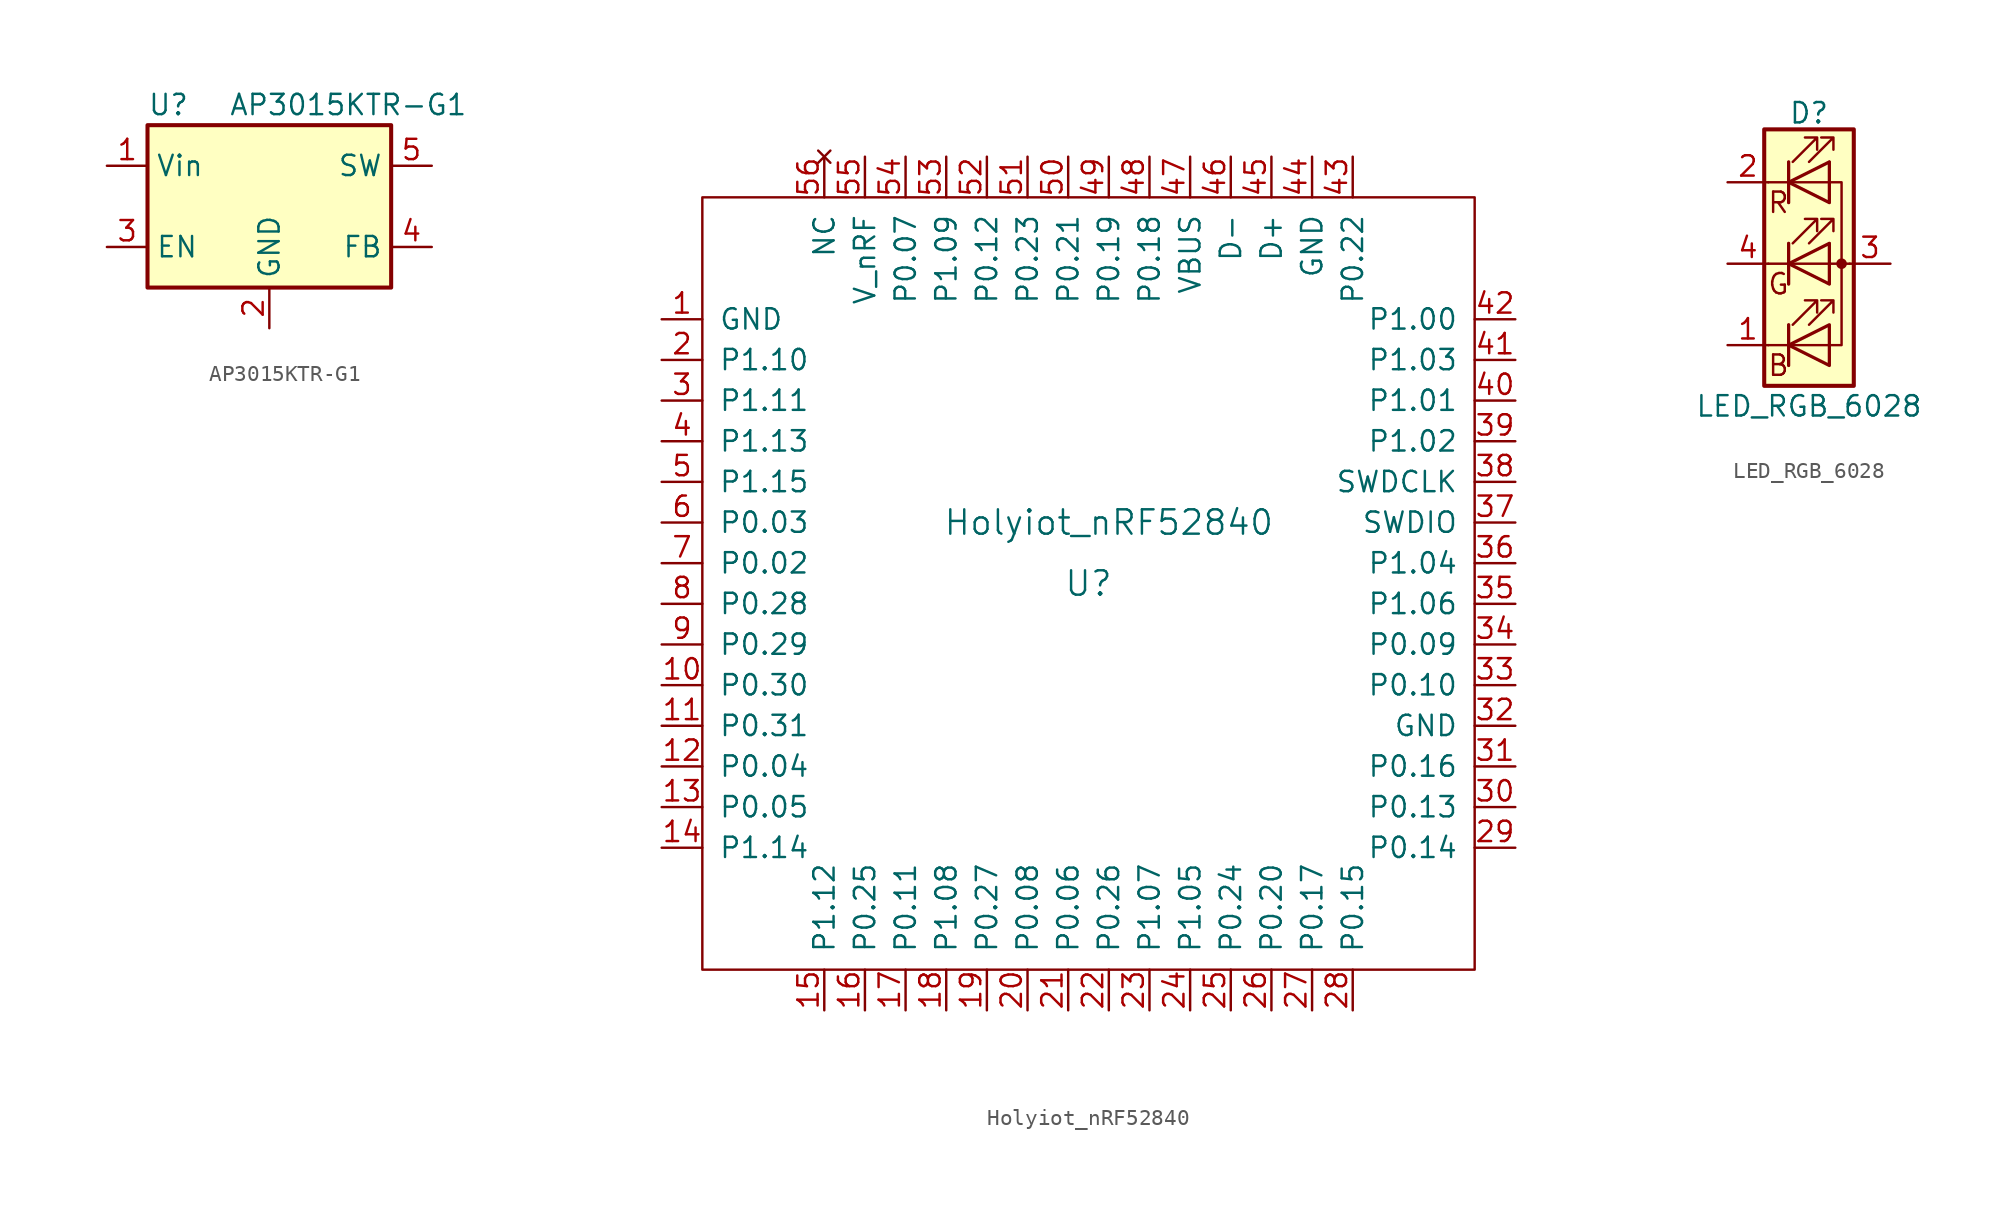
<source format=kicad_sym>
(kicad_symbol_lib
  (version 20220914)
  (generator kicad_symbol_editor)
  (symbol "AP3015KTR-G1"
    (property "Reference" "U"
      (at -7.62 6.35 0)
      (effects (font (size 1.27 1.27)) (justify left)))
    (property "Value" "AP3015KTR-G1"
      (at -2.54 6.35 0)
      (effects (font (size 1.27 1.27)) (justify left)))
    (symbol "AP3015KTR-G1_0_1"
      (rectangle (start -7.62 5.08) (end 7.62 -5.08) (stroke (width 0.254) (type solid)) (fill (type background))))
    (symbol "AP3015KTR-G1_1_1"
      (pin power_in line (at -10.16 2.54 0) (length 2.54) (name "Vin" (effects (font (size 1.27 1.27)))) (number "1" (effects (font (size 1.27 1.27)))))
      (pin power_in line (at 0 -7.62 90) (length 2.54) (name "GND" (effects (font (size 1.27 1.27)))) (number "2" (effects (font (size 1.27 1.27)))))
      (pin input line (at -10.16 -2.54 0) (length 2.54) (name "EN" (effects (font (size 1.27 1.27)))) (number "3" (effects (font (size 1.27 1.27)))))
      (pin input line (at 10.16 -2.54 180) (length 2.54) (name "FB" (effects (font (size 1.27 1.27)))) (number "4" (effects (font (size 1.27 1.27)))))
      (pin output line (at 10.16 2.54 180) (length 2.54) (name "SW" (effects (font (size 1.27 1.27)))) (number "5" (effects (font (size 1.27 1.27)))))))
  (symbol "Holyiot_nRF52840"
    (pin_names
      (offset 1.016))
    (property "Reference" "U"
      (at 0 -1.27 0)
      (effects (font (size 1.524 1.524))))
    (property "Value" "Holyiot_nRF52840"
      (at 1.27 2.54 0)
      (effects (font (size 1.524 1.524))))
    (symbol "Holyiot_nRF52840_0_1"
      (rectangle (start -24.13 22.86) (end 24.13 -25.4) (stroke (width 0) (type solid)) (fill (type none))))
    (symbol "Holyiot_nRF52840_1_1"
      (pin power_in line (at -26.67 15.24 0) (length 2.54) (name "GND" (effects (font (size 1.27 1.27)))) (number "1" (effects (font (size 1.27 1.27)))))
      (pin input line (at -26.67 -7.62 0) (length 2.54) (name "P0.30" (effects (font (size 1.27 1.27)))) (number "10" (effects (font (size 1.27 1.27)))))
      (pin input line (at -26.67 -10.16 0) (length 2.54) (name "P0.31" (effects (font (size 1.27 1.27)))) (number "11" (effects (font (size 1.27 1.27)))))
      (pin input line (at -26.67 -12.7 0) (length 2.54) (name "P0.04" (effects (font (size 1.27 1.27)))) (number "12" (effects (font (size 1.27 1.27)))))
      (pin input line (at -26.67 -15.24 0) (length 2.54) (name "P0.05" (effects (font (size 1.27 1.27)))) (number "13" (effects (font (size 1.27 1.27)))))
      (pin input line (at -26.67 -17.78 0) (length 2.54) (name "P1.14" (effects (font (size 1.27 1.27)))) (number "14" (effects (font (size 1.27 1.27)))))
      (pin input line (at -16.51 -27.94 90) (length 2.54) (name "P1.12" (effects (font (size 1.27 1.27)))) (number "15" (effects (font (size 1.27 1.27)))))
      (pin input line (at -13.97 -27.94 90) (length 2.54) (name "P0.25" (effects (font (size 1.27 1.27)))) (number "16" (effects (font (size 1.27 1.27)))))
      (pin input line (at -11.43 -27.94 90) (length 2.54) (name "P0.11" (effects (font (size 1.27 1.27)))) (number "17" (effects (font (size 1.27 1.27)))))
      (pin input line (at -8.89 -27.94 90) (length 2.54) (name "P1.08" (effects (font (size 1.27 1.27)))) (number "18" (effects (font (size 1.27 1.27)))))
      (pin input line (at -6.35 -27.94 90) (length 2.54) (name "P0.27" (effects (font (size 1.27 1.27)))) (number "19" (effects (font (size 1.27 1.27)))))
      (pin input line (at -26.67 12.7 0) (length 2.54) (name "P1.10" (effects (font (size 1.27 1.27)))) (number "2" (effects (font (size 1.27 1.27)))))
      (pin input line (at -3.81 -27.94 90) (length 2.54) (name "P0.08" (effects (font (size 1.27 1.27)))) (number "20" (effects (font (size 1.27 1.27)))))
      (pin input line (at -1.27 -27.94 90) (length 2.54) (name "P0.06" (effects (font (size 1.27 1.27)))) (number "21" (effects (font (size 1.27 1.27)))))
      (pin input line (at 1.27 -27.94 90) (length 2.54) (name "P0.26" (effects (font (size 1.27 1.27)))) (number "22" (effects (font (size 1.27 1.27)))))
      (pin input line (at 3.81 -27.94 90) (length 2.54) (name "P1.07" (effects (font (size 1.27 1.27)))) (number "23" (effects (font (size 1.27 1.27)))))
      (pin input line (at 6.35 -27.94 90) (length 2.54) (name "P1.05" (effects (font (size 1.27 1.27)))) (number "24" (effects (font (size 1.27 1.27)))))
      (pin input line (at 8.89 -27.94 90) (length 2.54) (name "P0.24" (effects (font (size 1.27 1.27)))) (number "25" (effects (font (size 1.27 1.27)))))
      (pin input line (at 11.43 -27.94 90) (length 2.54) (name "P0.20" (effects (font (size 1.27 1.27)))) (number "26" (effects (font (size 1.27 1.27)))))
      (pin input line (at 13.97 -27.94 90) (length 2.54) (name "P0.17" (effects (font (size 1.27 1.27)))) (number "27" (effects (font (size 1.27 1.27)))))
      (pin input line (at 16.51 -27.94 90) (length 2.54) (name "P0.15" (effects (font (size 1.27 1.27)))) (number "28" (effects (font (size 1.27 1.27)))))
      (pin input line (at 26.67 -17.78 180) (length 2.54) (name "P0.14" (effects (font (size 1.27 1.27)))) (number "29" (effects (font (size 1.27 1.27)))))
      (pin input line (at -26.67 10.16 0) (length 2.54) (name "P1.11" (effects (font (size 1.27 1.27)))) (number "3" (effects (font (size 1.27 1.27)))))
      (pin input line (at 26.67 -15.24 180) (length 2.54) (name "P0.13" (effects (font (size 1.27 1.27)))) (number "30" (effects (font (size 1.27 1.27)))))
      (pin input line (at 26.67 -12.7 180) (length 2.54) (name "P0.16" (effects (font (size 1.27 1.27)))) (number "31" (effects (font (size 1.27 1.27)))))
      (pin power_in line (at 26.67 -10.16 180) (length 2.54) (name "GND" (effects (font (size 1.27 1.27)))) (number "32" (effects (font (size 1.27 1.27)))))
      (pin input line (at 26.67 -7.62 180) (length 2.54) (name "P0.10" (effects (font (size 1.27 1.27)))) (number "33" (effects (font (size 1.27 1.27)))))
      (pin input line (at 26.67 -5.08 180) (length 2.54) (name "P0.09" (effects (font (size 1.27 1.27)))) (number "34" (effects (font (size 1.27 1.27)))))
      (pin input line (at 26.67 -2.54 180) (length 2.54) (name "P1.06" (effects (font (size 1.27 1.27)))) (number "35" (effects (font (size 1.27 1.27)))))
      (pin input line (at 26.67 0 180) (length 2.54) (name "P1.04" (effects (font (size 1.27 1.27)))) (number "36" (effects (font (size 1.27 1.27)))))
      (pin input line (at 26.67 2.54 180) (length 2.54) (name "SWDIO" (effects (font (size 1.27 1.27)))) (number "37" (effects (font (size 1.27 1.27)))))
      (pin input line (at 26.67 5.08 180) (length 2.54) (name "SWDCLK" (effects (font (size 1.27 1.27)))) (number "38" (effects (font (size 1.27 1.27)))))
      (pin input line (at 26.67 7.62 180) (length 2.54) (name "P1.02" (effects (font (size 1.27 1.27)))) (number "39" (effects (font (size 1.27 1.27)))))
      (pin input line (at -26.67 7.62 0) (length 2.54) (name "P1.13" (effects (font (size 1.27 1.27)))) (number "4" (effects (font (size 1.27 1.27)))))
      (pin input line (at 26.67 10.16 180) (length 2.54) (name "P1.01" (effects (font (size 1.27 1.27)))) (number "40" (effects (font (size 1.27 1.27)))))
      (pin input line (at 26.67 12.7 180) (length 2.54) (name "P1.03" (effects (font (size 1.27 1.27)))) (number "41" (effects (font (size 1.27 1.27)))))
      (pin input line (at 26.67 15.24 180) (length 2.54) (name "P1.00" (effects (font (size 1.27 1.27)))) (number "42" (effects (font (size 1.27 1.27)))))
      (pin input line (at 16.51 25.4 270) (length 2.54) (name "P0.22" (effects (font (size 1.27 1.27)))) (number "43" (effects (font (size 1.27 1.27)))))
      (pin power_in line (at 13.97 25.4 270) (length 2.54) (name "GND" (effects (font (size 1.27 1.27)))) (number "44" (effects (font (size 1.27 1.27)))))
      (pin input line (at 11.43 25.4 270) (length 2.54) (name "D+" (effects (font (size 1.27 1.27)))) (number "45" (effects (font (size 1.27 1.27)))))
      (pin input line (at 8.89 25.4 270) (length 2.54) (name "D-" (effects (font (size 1.27 1.27)))) (number "46" (effects (font (size 1.27 1.27)))))
      (pin power_in line (at 6.35 25.4 270) (length 2.54) (name "VBUS" (effects (font (size 1.27 1.27)))) (number "47" (effects (font (size 1.27 1.27)))))
      (pin input line (at 3.81 25.4 270) (length 2.54) (name "P0.18" (effects (font (size 1.27 1.27)))) (number "48" (effects (font (size 1.27 1.27)))))
      (pin input line (at 1.27 25.4 270) (length 2.54) (name "P0.19" (effects (font (size 1.27 1.27)))) (number "49" (effects (font (size 1.27 1.27)))))
      (pin input line (at -26.67 5.08 0) (length 2.54) (name "P1.15" (effects (font (size 1.27 1.27)))) (number "5" (effects (font (size 1.27 1.27)))))
      (pin input line (at -1.27 25.4 270) (length 2.54) (name "P0.21" (effects (font (size 1.27 1.27)))) (number "50" (effects (font (size 1.27 1.27)))))
      (pin input line (at -3.81 25.4 270) (length 2.54) (name "P0.23" (effects (font (size 1.27 1.27)))) (number "51" (effects (font (size 1.27 1.27)))))
      (pin input line (at -6.35 25.4 270) (length 2.54) (name "P0.12" (effects (font (size 1.27 1.27)))) (number "52" (effects (font (size 1.27 1.27)))))
      (pin input line (at -8.89 25.4 270) (length 2.54) (name "P1.09" (effects (font (size 1.27 1.27)))) (number "53" (effects (font (size 1.27 1.27)))))
      (pin input line (at -11.43 25.4 270) (length 2.54) (name "P0.07" (effects (font (size 1.27 1.27)))) (number "54" (effects (font (size 1.27 1.27)))))
      (pin power_in line (at -13.97 25.4 270) (length 2.54) (name "V_nRF" (effects (font (size 1.27 1.27)))) (number "55" (effects (font (size 1.27 1.27)))))
      (pin no_connect line (at -16.51 25.4 270) (length 2.54) (name "NC" (effects (font (size 1.27 1.27)))) (number "56" (effects (font (size 1.27 1.27)))))
      (pin input line (at -26.67 2.54 0) (length 2.54) (name "P0.03" (effects (font (size 1.27 1.27)))) (number "6" (effects (font (size 1.27 1.27)))))
      (pin input line (at -26.67 0 0) (length 2.54) (name "P0.02" (effects (font (size 1.27 1.27)))) (number "7" (effects (font (size 1.27 1.27)))))
      (pin input line (at -26.67 -2.54 0) (length 2.54) (name "P0.28" (effects (font (size 1.27 1.27)))) (number "8" (effects (font (size 1.27 1.27)))))
      (pin input line (at -26.67 -5.08 0) (length 2.54) (name "P0.29" (effects (font (size 1.27 1.27)))) (number "9" (effects (font (size 1.27 1.27)))))))
  (symbol "LED_RGB_6028"
    (pin_names
      (offset 0) hide)
    (property "Reference" "D"
      (at 0 9.398 0)
      (effects (font (size 1.27 1.27))))
    (property "Value" "LED_RGB_6028"
      (at 0 -8.89 0)
      (effects (font (size 1.27 1.27))))
    (symbol "LED_RGB_6028_0_0"
      (text "B" (at -1.905 -6.35 0) (effects (font (size 1.27 1.27))))
      (text "G" (at -1.905 -1.27 0) (effects (font (size 1.27 1.27))))
      (text "R" (at -1.905 3.81 0) (effects (font (size 1.27 1.27)))))
    (symbol "LED_RGB_6028_0_1"
      (polyline (pts (xy -1.27 -5.08) (xy -2.54 -5.08)) (stroke (width 0) (type solid)) (fill (type none)))
      (polyline (pts (xy -1.27 -5.08) (xy 1.27 -5.08)) (stroke (width 0) (type solid)) (fill (type none)))
      (polyline (pts (xy -1.27 -3.81) (xy -1.27 -6.35)) (stroke (width 0) (type solid)) (fill (type none)))
      (polyline (pts (xy -1.27 -3.81) (xy -1.27 -6.35)) (stroke (width 0.203) (type solid)) (fill (type none)))
      (polyline (pts (xy -1.27 0) (xy -2.54 0)) (stroke (width 0) (type solid)) (fill (type none)))
      (polyline (pts (xy -1.27 0) (xy 1.27 0)) (stroke (width 0) (type solid)) (fill (type none)))
      (polyline (pts (xy -1.27 1.27) (xy -1.27 -1.27)) (stroke (width 0.203) (type solid)) (fill (type none)))
      (polyline (pts (xy -1.27 5.08) (xy -2.54 5.08)) (stroke (width 0) (type solid)) (fill (type none)))
      (polyline (pts (xy -1.27 6.35) (xy -1.27 3.81)) (stroke (width 0.203) (type solid)) (fill (type none)))
      (polyline (pts (xy 1.27 0) (xy 2.54 0)) (stroke (width 0) (type solid)) (fill (type none)))
      (polyline (pts (xy 1.27 5.08) (xy -1.27 5.08)) (stroke (width 0) (type solid)) (fill (type none)))
      (polyline (pts (xy -1.27 1.27) (xy -1.27 -1.27) (xy -1.27 -1.27)) (stroke (width 0) (type solid)) (fill (type none)))
      (polyline (pts (xy -1.27 6.35) (xy -1.27 3.81) (xy -1.27 3.81)) (stroke (width 0) (type solid)) (fill (type none)))
      (polyline (pts (xy 1.27 -5.08) (xy 2.032 -5.08) (xy 2.032 5.08) (xy 1.27 5.08)) (stroke (width 0) (type solid)) (fill (type none)))
      (polyline (pts (xy 1.27 -3.81) (xy 1.27 -6.35) (xy -1.27 -5.08) (xy 1.27 -3.81)) (stroke (width 0.203) (type solid)) (fill (type none)))
      (polyline (pts (xy 1.27 1.27) (xy 1.27 -1.27) (xy -1.27 0) (xy 1.27 1.27)) (stroke (width 0.203) (type solid)) (fill (type none)))
      (polyline (pts (xy 1.27 6.35) (xy 1.27 3.81) (xy -1.27 5.08) (xy 1.27 6.35)) (stroke (width 0.203) (type solid)) (fill (type none)))
      (polyline (pts (xy -1.016 -3.81) (xy 0.508 -2.286) (xy -0.254 -2.286) (xy 0.508 -2.286) (xy 0.508 -3.048)) (stroke (width 0) (type solid)) (fill (type none)))
      (polyline (pts (xy -1.016 1.27) (xy 0.508 2.794) (xy -0.254 2.794) (xy 0.508 2.794) (xy 0.508 2.032)) (stroke (width 0) (type solid)) (fill (type none)))
      (polyline (pts (xy -1.016 6.35) (xy 0.508 7.874) (xy -0.254 7.874) (xy 0.508 7.874) (xy 0.508 7.112)) (stroke (width 0) (type solid)) (fill (type none)))
      (polyline (pts (xy 0 -3.81) (xy 1.524 -2.286) (xy 0.762 -2.286) (xy 1.524 -2.286) (xy 1.524 -3.048)) (stroke (width 0) (type solid)) (fill (type none)))
      (polyline (pts (xy 0 1.27) (xy 1.524 2.794) (xy 0.762 2.794) (xy 1.524 2.794) (xy 1.524 2.032)) (stroke (width 0) (type solid)) (fill (type none)))
      (polyline (pts (xy 0 6.35) (xy 1.524 7.874) (xy 0.762 7.874) (xy 1.524 7.874) (xy 1.524 7.112)) (stroke (width 0) (type solid)) (fill (type none)))
      (rectangle (start 1.27 -1.27) (end 1.27 1.27) (stroke (width 0) (type solid)) (fill (type none)))
      (rectangle (start 1.27 1.27) (end 1.27 1.27) (stroke (width 0) (type solid)) (fill (type none)))
      (rectangle (start 1.27 3.81) (end 1.27 6.35) (stroke (width 0) (type solid)) (fill (type none)))
      (rectangle (start 1.27 6.35) (end 1.27 6.35) (stroke (width 0) (type solid)) (fill (type none)))
      (circle (center 2.032 0) (radius 0.254) (stroke (width 0) (type solid)) (fill (type outline)))
      (rectangle (start 2.794 8.382) (end -2.794 -7.62) (stroke (width 0.254) (type solid)) (fill (type background))))
    (symbol "LED_RGB_6028_1_1"
      (pin passive line (at -5.08 -5.08 0) (length 2.54) (name "BK" (effects (font (size 1.27 1.27)))) (number "1" (effects (font (size 1.27 1.27)))))
      (pin passive line (at -5.08 5.08 0) (length 2.54) (name "RK" (effects (font (size 1.27 1.27)))) (number "2" (effects (font (size 1.27 1.27)))))
      (pin passive line (at 5.08 0 180) (length 2.54) (name "A" (effects (font (size 1.27 1.27)))) (number "3" (effects (font (size 1.27 1.27)))))
      (pin passive line (at -5.08 0 0) (length 2.54) (name "GK" (effects (font (size 1.27 1.27)))) (number "4" (effects (font (size 1.27 1.27))))))))
</source>
